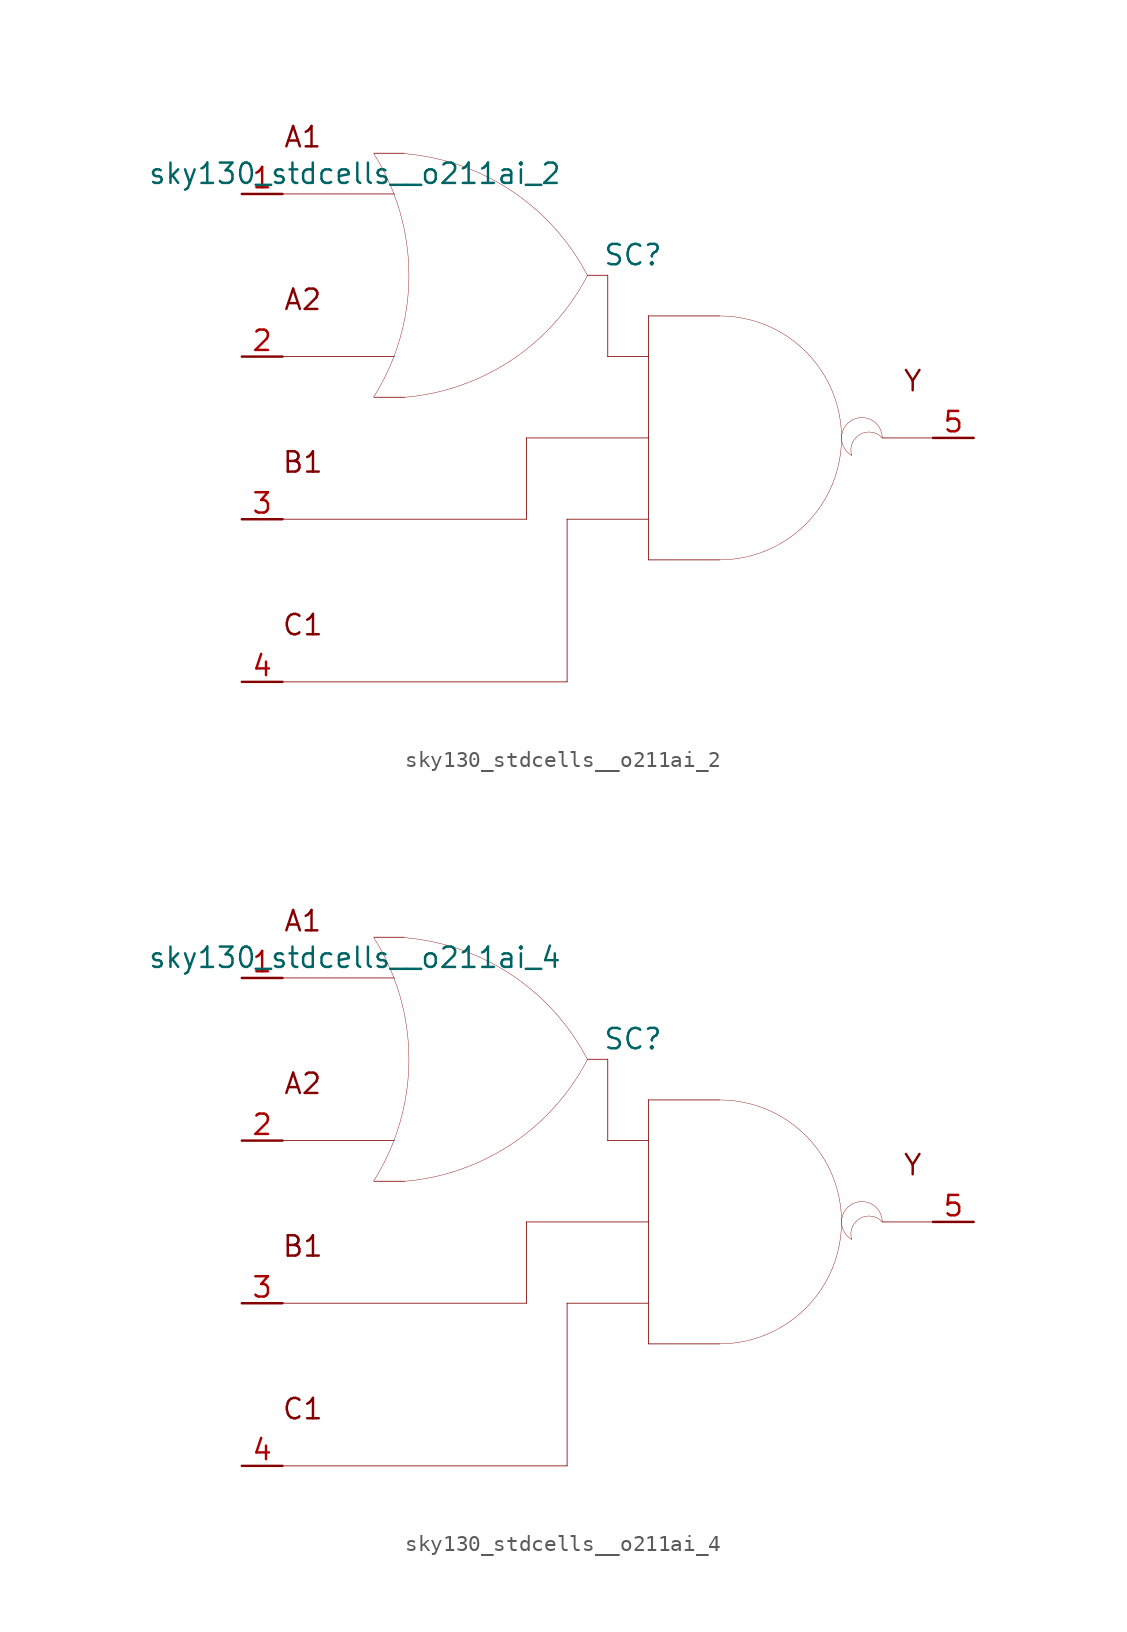
<source format=kicad_sym>
(kicad_symbol_lib
  (version 20211014)
  (generator kicad_symbol_editor)
  (symbol "sky130_stdcells__o211ai_2"
    (pin_names hide)
    (property "Reference" "SC"
      (at 1.575 11.43 0)
      (effects (font (size 1.27 1.27))))
    (property "Value" "sky130_stdcells__o211ai_2"
      (at -2.845 16.51 0)
      (effects (font (size 1.27 1.27)) (justify right)))
    (symbol "sky130_stdcells__o211ai_2_0_0"
      (arc (start -14.6255 2.5458) (mid -13.968 3.702) (end -13.4212 4.9144) (stroke (width 0.0254) (type default) (color 0 0 0 0)) (fill (type none)))
      (arc (start -13.4212 4.9144) (mid -12.9863 6.1845) (end -12.673 7.4899) (stroke (width 0.0254) (type default) (color 0 0 0 0)) (fill (type none)))
      (arc (start -13.403 15.3593) (mid -13.9512 16.5848) (end -14.6123 17.7532) (stroke (width 0.0254) (type default) (color 0 0 0 0)) (fill (type none)))
      (arc (start -12.705 2.5369) (mid -6.011 4.8614) (end -1.2741 10.1316) (stroke (width 0.0254) (type default) (color 0 0 0 0)) (fill (type none)))
      (arc (start -12.673 7.4899) (mid -12.4838 8.819) (end -12.4206 10.16) (stroke (width 0.0254) (type default) (color 0 0 0 0)) (fill (type none)))
      (arc (start -12.6684 12.8056) (mid -12.9761 14.0996) (end -13.403 15.3593) (stroke (width 0.0254) (type default) (color 0 0 0 0)) (fill (type none)))
      (arc (start -12.4206 10.16) (mid -12.4827 11.4886) (end -12.6684 12.8056) (stroke (width 0.0254) (type default) (color 0 0 0 0)) (fill (type none)))
      (arc (start -1.2513 10.119) (mid -5.9698 15.4056) (end -12.6556 17.7535) (stroke (width 0.0254) (type default) (color 0 0 0 0)) (fill (type none)))
      (polyline (pts (xy -20.32 -15.24) (xy -2.54 -15.24)) (stroke (width 0.051) (type default) (color 0 0 0 0)) (fill (type none)))
      (polyline (pts (xy -20.32 -5.08) (xy -5.08 -5.08)) (stroke (width 0.051) (type default) (color 0 0 0 0)) (fill (type none)))
      (polyline (pts (xy -20.32 5.08) (xy -13.335 5.08)) (stroke (width 0.051) (type default) (color 0 0 0 0)) (fill (type none)))
      (polyline (pts (xy -20.32 15.24) (xy -13.335 15.24)) (stroke (width 0.051) (type default) (color 0 0 0 0)) (fill (type none)))
      (polyline (pts (xy -14.605 2.54) (xy -12.7 2.54)) (stroke (width 0.051) (type default) (color 0 0 0 0)) (fill (type none)))
      (polyline (pts (xy -14.605 17.78) (xy -12.7 17.78)) (stroke (width 0.051) (type default) (color 0 0 0 0)) (fill (type none)))
      (polyline (pts (xy -5.08 0) (xy -5.08 -5.08)) (stroke (width 0.051) (type default) (color 0 0 0 0)) (fill (type none)))
      (polyline (pts (xy -5.08 0) (xy 2.54 0)) (stroke (width 0.051) (type default) (color 0 0 0 0)) (fill (type none)))
      (polyline (pts (xy -2.54 -5.08) (xy -2.54 -15.24)) (stroke (width 0.051) (type default) (color 0 0 0 0)) (fill (type none)))
      (polyline (pts (xy -2.54 -5.08) (xy 2.54 -5.08)) (stroke (width 0.051) (type default) (color 0 0 0 0)) (fill (type none)))
      (polyline (pts (xy -1.27 10.16) (xy 0 10.16)) (stroke (width 0.051) (type default) (color 0 0 0 0)) (fill (type none)))
      (polyline (pts (xy 0 5.08) (xy 2.54 5.08)) (stroke (width 0.051) (type default) (color 0 0 0 0)) (fill (type none)))
      (polyline (pts (xy 0 10.16) (xy 0 5.08)) (stroke (width 0.051) (type default) (color 0 0 0 0)) (fill (type none)))
      (polyline (pts (xy 2.54 -7.62) (xy 6.985 -7.62)) (stroke (width 0.051) (type default) (color 0 0 0 0)) (fill (type none)))
      (polyline (pts (xy 2.54 7.62) (xy 2.54 -7.62)) (stroke (width 0.051) (type default) (color 0 0 0 0)) (fill (type none)))
      (polyline (pts (xy 2.54 7.62) (xy 6.985 7.62)) (stroke (width 0.051) (type default) (color 0 0 0 0)) (fill (type none)))
      (polyline (pts (xy 17.145 0) (xy 20.32 0)) (stroke (width 0.051) (type default) (color 0 0 0 0)) (fill (type none)))
      (arc (start 6.985 -7.62) (mid 8.9572 -7.3604) (end 10.795 -6.5991) (stroke (width 0.0254) (type default) (color 0 0 0 0)) (fill (type none)))
      (arc (start 10.795 -6.5991) (mid 12.3731 -5.3881) (end 13.5841 -3.81) (stroke (width 0.0254) (type default) (color 0 0 0 0)) (fill (type none)))
      (arc (start 10.795 6.5991) (mid 8.9572 7.3603) (end 6.985 7.62) (stroke (width 0.0254) (type default) (color 0 0 0 0)) (fill (type none)))
      (arc (start 13.5841 -3.81) (mid 14.3453 -1.9722) (end 14.605 0) (stroke (width 0.0254) (type default) (color 0 0 0 0)) (fill (type none)))
      (arc (start 13.5841 3.81) (mid 12.3731 5.3881) (end 10.795 6.5991) (stroke (width 0.0254) (type default) (color 0 0 0 0)) (fill (type none)))
      (arc (start 14.605 0) (mid 14.3454 1.9722) (end 13.5841 3.81) (stroke (width 0.0254) (type default) (color 0 0 0 0)) (fill (type none)))
      (arc (start 15.24 1.0999) (mid 14.605 0) (end 15.24 -1.0999) (stroke (width 0.0254) (type default) (color 0 0 0 0)) (fill (type none)))
      (arc (start 17.145 0) (mid 15.2881 0.4743) (end 15.24 -1.0999) (stroke (width 0.0254) (type default) (color 0 0 0 0)) (fill (type none)))
      (arc (start 17.145 0) (mid 16.51 1.0998) (end 15.24 1.0999) (stroke (width 0.0254) (type default) (color 0 0 0 0)) (fill (type none)))
      (text "A1" (at -19.05 18.796 0) (effects (font (size 1.27 1.27))))
      (text "A2" (at -19.05 8.636 0) (effects (font (size 1.27 1.27))))
      (text "B1" (at -19.05 -1.524 0) (effects (font (size 1.27 1.27))))
      (text "C1" (at -19.05 -11.684 0) (effects (font (size 1.27 1.27))))
      (text "Y" (at 19.05 3.556 0) (effects (font (size 1.27 1.27)))))
    (symbol "sky130_stdcells__o211ai_2_1_1"
      (pin input line (at -22.86 15.24 0) (length 2.54) (name "A1" (effects (font (size 1.092 1.092)))) (number "1" (effects (font (size 1.27 1.27)))))
      (pin input line (at -22.86 5.08 0) (length 2.54) (name "A2" (effects (font (size 1.092 1.092)))) (number "2" (effects (font (size 1.27 1.27)))))
      (pin input line (at -22.86 -5.08 0) (length 2.54) (name "B1" (effects (font (size 1.092 1.092)))) (number "3" (effects (font (size 1.27 1.27)))))
      (pin input line (at -22.86 -15.24 0) (length 2.54) (name "C1" (effects (font (size 1.092 1.092)))) (number "4" (effects (font (size 1.27 1.27)))))
      (pin output line (at 22.86 0 180) (length 2.54) (name "Y" (effects (font (size 1.092 1.092)))) (number "5" (effects (font (size 1.27 1.27)))))))
  (symbol "sky130_stdcells__o211ai_4"
    (pin_names hide)
    (property "Reference" "SC"
      (at 1.575 11.43 0)
      (effects (font (size 1.27 1.27))))
    (property "Value" "sky130_stdcells__o211ai_4"
      (at -2.845 16.51 0)
      (effects (font (size 1.27 1.27)) (justify right)))
    (symbol "sky130_stdcells__o211ai_4_0_0"
      (arc (start -14.6255 2.5458) (mid -13.968 3.702) (end -13.4212 4.9144) (stroke (width 0.0254) (type default) (color 0 0 0 0)) (fill (type none)))
      (arc (start -13.4212 4.9144) (mid -12.9863 6.1845) (end -12.673 7.4899) (stroke (width 0.0254) (type default) (color 0 0 0 0)) (fill (type none)))
      (arc (start -13.403 15.3593) (mid -13.9512 16.5848) (end -14.6123 17.7532) (stroke (width 0.0254) (type default) (color 0 0 0 0)) (fill (type none)))
      (arc (start -12.705 2.5369) (mid -6.011 4.8614) (end -1.2741 10.1316) (stroke (width 0.0254) (type default) (color 0 0 0 0)) (fill (type none)))
      (arc (start -12.673 7.4899) (mid -12.4838 8.819) (end -12.4206 10.16) (stroke (width 0.0254) (type default) (color 0 0 0 0)) (fill (type none)))
      (arc (start -12.6684 12.8056) (mid -12.9761 14.0996) (end -13.403 15.3593) (stroke (width 0.0254) (type default) (color 0 0 0 0)) (fill (type none)))
      (arc (start -12.4206 10.16) (mid -12.4827 11.4886) (end -12.6684 12.8056) (stroke (width 0.0254) (type default) (color 0 0 0 0)) (fill (type none)))
      (arc (start -1.2513 10.119) (mid -5.9698 15.4056) (end -12.6556 17.7535) (stroke (width 0.0254) (type default) (color 0 0 0 0)) (fill (type none)))
      (polyline (pts (xy -20.32 -15.24) (xy -2.54 -15.24)) (stroke (width 0.051) (type default) (color 0 0 0 0)) (fill (type none)))
      (polyline (pts (xy -20.32 -5.08) (xy -5.08 -5.08)) (stroke (width 0.051) (type default) (color 0 0 0 0)) (fill (type none)))
      (polyline (pts (xy -20.32 5.08) (xy -13.335 5.08)) (stroke (width 0.051) (type default) (color 0 0 0 0)) (fill (type none)))
      (polyline (pts (xy -20.32 15.24) (xy -13.335 15.24)) (stroke (width 0.051) (type default) (color 0 0 0 0)) (fill (type none)))
      (polyline (pts (xy -14.605 2.54) (xy -12.7 2.54)) (stroke (width 0.051) (type default) (color 0 0 0 0)) (fill (type none)))
      (polyline (pts (xy -14.605 17.78) (xy -12.7 17.78)) (stroke (width 0.051) (type default) (color 0 0 0 0)) (fill (type none)))
      (polyline (pts (xy -5.08 0) (xy -5.08 -5.08)) (stroke (width 0.051) (type default) (color 0 0 0 0)) (fill (type none)))
      (polyline (pts (xy -5.08 0) (xy 2.54 0)) (stroke (width 0.051) (type default) (color 0 0 0 0)) (fill (type none)))
      (polyline (pts (xy -2.54 -5.08) (xy -2.54 -15.24)) (stroke (width 0.051) (type default) (color 0 0 0 0)) (fill (type none)))
      (polyline (pts (xy -2.54 -5.08) (xy 2.54 -5.08)) (stroke (width 0.051) (type default) (color 0 0 0 0)) (fill (type none)))
      (polyline (pts (xy -1.27 10.16) (xy 0 10.16)) (stroke (width 0.051) (type default) (color 0 0 0 0)) (fill (type none)))
      (polyline (pts (xy 0 5.08) (xy 2.54 5.08)) (stroke (width 0.051) (type default) (color 0 0 0 0)) (fill (type none)))
      (polyline (pts (xy 0 10.16) (xy 0 5.08)) (stroke (width 0.051) (type default) (color 0 0 0 0)) (fill (type none)))
      (polyline (pts (xy 2.54 -7.62) (xy 6.985 -7.62)) (stroke (width 0.051) (type default) (color 0 0 0 0)) (fill (type none)))
      (polyline (pts (xy 2.54 7.62) (xy 2.54 -7.62)) (stroke (width 0.051) (type default) (color 0 0 0 0)) (fill (type none)))
      (polyline (pts (xy 2.54 7.62) (xy 6.985 7.62)) (stroke (width 0.051) (type default) (color 0 0 0 0)) (fill (type none)))
      (polyline (pts (xy 17.145 0) (xy 20.32 0)) (stroke (width 0.051) (type default) (color 0 0 0 0)) (fill (type none)))
      (arc (start 6.985 -7.62) (mid 8.9572 -7.3604) (end 10.795 -6.5991) (stroke (width 0.0254) (type default) (color 0 0 0 0)) (fill (type none)))
      (arc (start 10.795 -6.5991) (mid 12.3731 -5.3881) (end 13.5841 -3.81) (stroke (width 0.0254) (type default) (color 0 0 0 0)) (fill (type none)))
      (arc (start 10.795 6.5991) (mid 8.9572 7.3603) (end 6.985 7.62) (stroke (width 0.0254) (type default) (color 0 0 0 0)) (fill (type none)))
      (arc (start 13.5841 -3.81) (mid 14.3453 -1.9722) (end 14.605 0) (stroke (width 0.0254) (type default) (color 0 0 0 0)) (fill (type none)))
      (arc (start 13.5841 3.81) (mid 12.3731 5.3881) (end 10.795 6.5991) (stroke (width 0.0254) (type default) (color 0 0 0 0)) (fill (type none)))
      (arc (start 14.605 0) (mid 14.3454 1.9722) (end 13.5841 3.81) (stroke (width 0.0254) (type default) (color 0 0 0 0)) (fill (type none)))
      (arc (start 15.24 1.0999) (mid 14.605 0) (end 15.24 -1.0999) (stroke (width 0.0254) (type default) (color 0 0 0 0)) (fill (type none)))
      (arc (start 17.145 0) (mid 15.2881 0.4743) (end 15.24 -1.0999) (stroke (width 0.0254) (type default) (color 0 0 0 0)) (fill (type none)))
      (arc (start 17.145 0) (mid 16.51 1.0998) (end 15.24 1.0999) (stroke (width 0.0254) (type default) (color 0 0 0 0)) (fill (type none)))
      (text "A1" (at -19.05 18.796 0) (effects (font (size 1.27 1.27))))
      (text "A2" (at -19.05 8.636 0) (effects (font (size 1.27 1.27))))
      (text "B1" (at -19.05 -1.524 0) (effects (font (size 1.27 1.27))))
      (text "C1" (at -19.05 -11.684 0) (effects (font (size 1.27 1.27))))
      (text "Y" (at 19.05 3.556 0) (effects (font (size 1.27 1.27)))))
    (symbol "sky130_stdcells__o211ai_4_1_1"
      (pin input line (at -22.86 15.24 0) (length 2.54) (name "A1" (effects (font (size 1.092 1.092)))) (number "1" (effects (font (size 1.27 1.27)))))
      (pin input line (at -22.86 5.08 0) (length 2.54) (name "A2" (effects (font (size 1.092 1.092)))) (number "2" (effects (font (size 1.27 1.27)))))
      (pin input line (at -22.86 -5.08 0) (length 2.54) (name "B1" (effects (font (size 1.092 1.092)))) (number "3" (effects (font (size 1.27 1.27)))))
      (pin input line (at -22.86 -15.24 0) (length 2.54) (name "C1" (effects (font (size 1.092 1.092)))) (number "4" (effects (font (size 1.27 1.27)))))
      (pin output line (at 22.86 0 180) (length 2.54) (name "Y" (effects (font (size 1.092 1.092)))) (number "5" (effects (font (size 1.27 1.27))))))))
</source>
